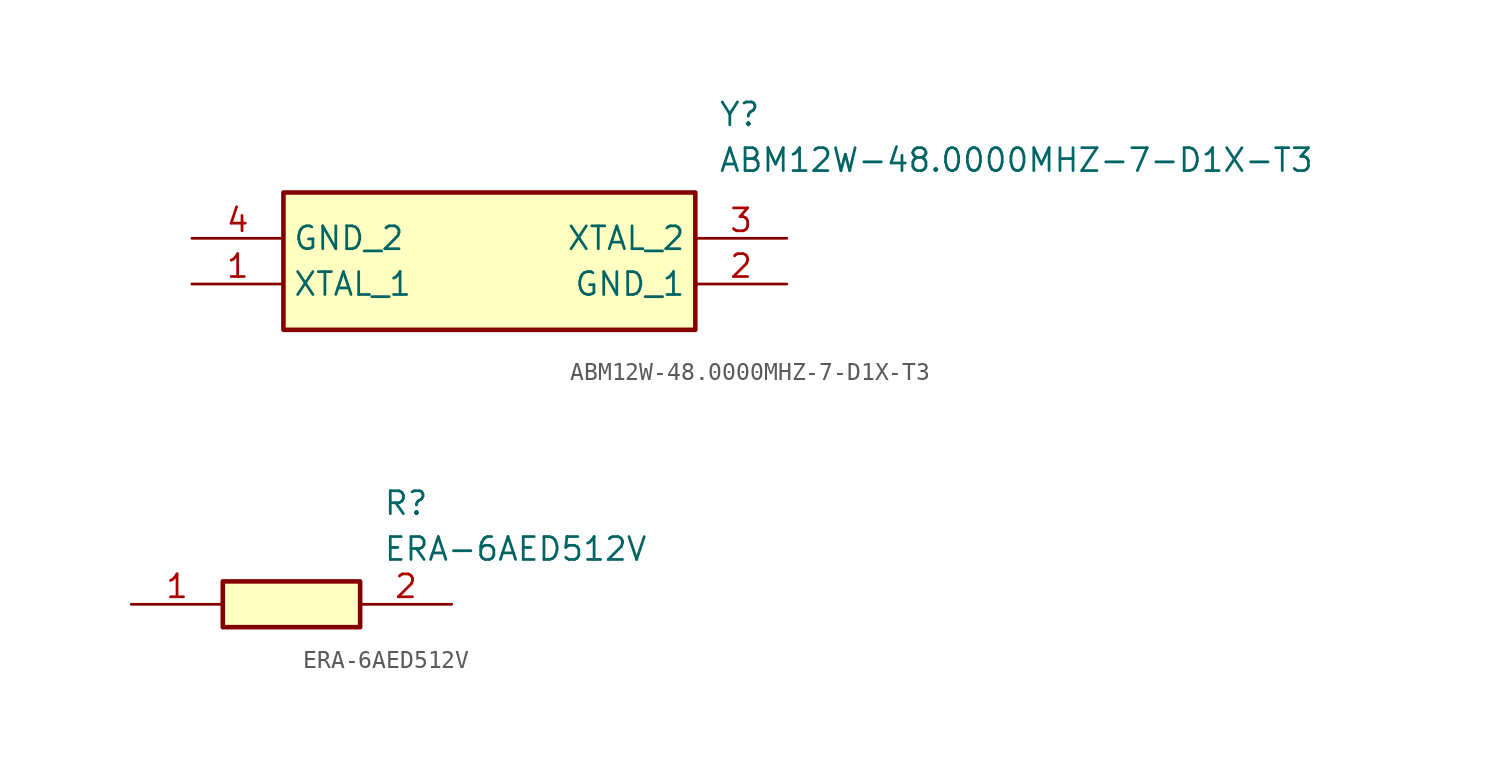
<source format=kicad_sym>
(kicad_symbol_lib
  (version 20231120)
  (generator "kicad_symbol_editor")
  (generator_version "8.0")
  (symbol "ABM12W-48.0000MHZ-7-D1X-T3"
    (property "Reference" "Y"
      (at 29.21 7.62 0)
      (effects (font (size 1.27 1.27)) (justify left top)))
    (property "Value" "ABM12W-48.0000MHZ-7-D1X-T3"
      (at 29.21 5.08 0)
      (effects (font (size 1.27 1.27)) (justify left top)))
    (symbol "ABM12W-48.0000MHZ-7-D1X-T3_1_1"
      (rectangle (start 5.08 2.54) (end 27.94 -5.08) (stroke (width 0.254) (type default)) (fill (type background)))
      (pin passive line (at 0 -2.54 0) (length 5.08) (name "XTAL_1" (effects (font (size 1.27 1.27)))) (number "1" (effects (font (size 1.27 1.27)))))
      (pin passive line (at 33.02 -2.54 180) (length 5.08) (name "GND_1" (effects (font (size 1.27 1.27)))) (number "2" (effects (font (size 1.27 1.27)))))
      (pin passive line (at 33.02 0 180) (length 5.08) (name "XTAL_2" (effects (font (size 1.27 1.27)))) (number "3" (effects (font (size 1.27 1.27)))))
      (pin passive line (at 0 0 0) (length 5.08) (name "GND_2" (effects (font (size 1.27 1.27)))) (number "4" (effects (font (size 1.27 1.27)))))))
  (symbol "ERA-6AED512V"
    (pin_names hide)
    (property "Reference" "R"
      (at 13.97 6.35 0)
      (effects (font (size 1.27 1.27)) (justify left top)))
    (property "Value" "ERA-6AED512V"
      (at 13.97 3.81 0)
      (effects (font (size 1.27 1.27)) (justify left top)))
    (symbol "ERA-6AED512V_1_1"
      (rectangle (start 5.08 1.27) (end 12.7 -1.27) (stroke (width 0.254) (type default)) (fill (type background)))
      (pin passive line (at 0 0 0) (length 5.08) (name "1" (effects (font (size 1.27 1.27)))) (number "1" (effects (font (size 1.27 1.27)))))
      (pin passive line (at 17.78 0 180) (length 5.08) (name "2" (effects (font (size 1.27 1.27)))) (number "2" (effects (font (size 1.27 1.27))))))))
</source>
